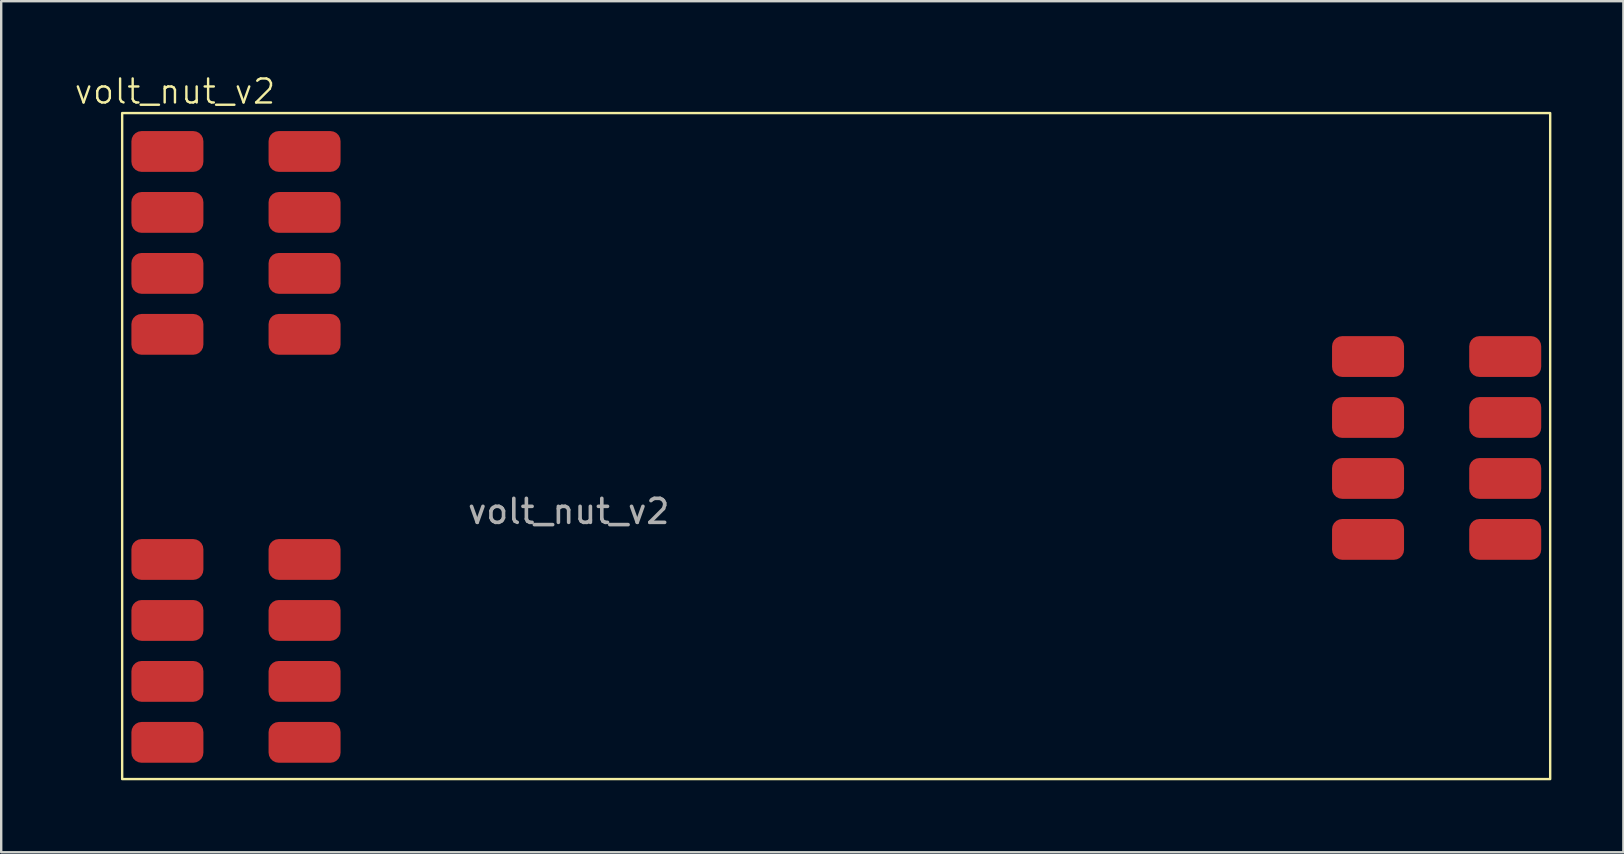
<source format=kicad_pcb>
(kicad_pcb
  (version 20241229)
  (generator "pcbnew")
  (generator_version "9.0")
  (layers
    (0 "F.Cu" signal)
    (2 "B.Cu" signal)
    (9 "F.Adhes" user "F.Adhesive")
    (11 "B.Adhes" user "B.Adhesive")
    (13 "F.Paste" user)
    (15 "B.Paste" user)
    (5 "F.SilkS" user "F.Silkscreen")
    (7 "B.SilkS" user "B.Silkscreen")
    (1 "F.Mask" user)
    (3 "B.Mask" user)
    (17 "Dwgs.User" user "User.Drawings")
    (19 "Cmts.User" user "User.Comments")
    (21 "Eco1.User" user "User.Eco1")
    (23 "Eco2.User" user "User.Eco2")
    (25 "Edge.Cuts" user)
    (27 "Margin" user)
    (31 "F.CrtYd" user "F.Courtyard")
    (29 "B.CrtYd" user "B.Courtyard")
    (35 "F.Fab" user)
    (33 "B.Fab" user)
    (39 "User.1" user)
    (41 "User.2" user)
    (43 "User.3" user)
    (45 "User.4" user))
  (footprint "volt_nut_v2"
    (layer "F.Cu")
    (at 14.04 18.561)
    (property "Reference" "volt_nut_v2" (at -9.8 -17.8 0) (unlocked yes) (layer "F.SilkS") (effects (font (size 1 1) (thickness 0.1))))
    (attr smd)
    (fp_rect (start -12 -16.9) (end 47.5 10.85) (stroke (width 0.1) (type default)) (fill no) (layer "F.SilkS"))
    (fp_text user "${REFERENCE}" (at 6.604 -0.302 0) (unlocked yes) (layer "F.Fab") (effects (font (size 1 1) (thickness 0.15))))
    (pad "1" smd roundrect (at -10.115 -15.3) (size 3 1.7) (layers "F.Cu" "F.Mask" "F.Paste") (roundrect_rratio 0.25))
    (pad "2" smd roundrect (at -4.4 -15.3) (size 3 1.7) (layers "F.Cu" "F.Mask" "F.Paste") (roundrect_rratio 0.25))
    (pad "3" smd roundrect (at -10.115 -12.76) (size 3 1.7) (layers "F.Cu" "F.Mask" "F.Paste") (roundrect_rratio 0.25))
    (pad "4" smd roundrect (at -4.4 -12.76) (size 3 1.7) (layers "F.Cu" "F.Mask" "F.Paste") (roundrect_rratio 0.25))
    (pad "5" smd roundrect (at -10.115 -10.22) (size 3 1.7) (layers "F.Cu" "F.Mask" "F.Paste") (roundrect_rratio 0.25))
    (pad "6" smd roundrect (at -4.4 -10.22) (size 3 1.7) (layers "F.Cu" "F.Mask" "F.Paste") (roundrect_rratio 0.25))
    (pad "7" smd roundrect (at -10.115 -7.68) (size 3 1.7) (layers "F.Cu" "F.Mask" "F.Paste") (roundrect_rratio 0.25))
    (pad "8" smd roundrect (at -4.4 -7.68) (size 3 1.7) (layers "F.Cu" "F.Mask" "F.Paste") (roundrect_rratio 0.25))
    (pad "9" smd roundrect (at -10.115 1.7) (size 3 1.7) (layers "F.Cu" "F.Mask" "F.Paste") (roundrect_rratio 0.25))
    (pad "10" smd roundrect (at -4.4 1.7) (size 3 1.7) (layers "F.Cu" "F.Mask" "F.Paste") (roundrect_rratio 0.25))
    (pad "11" smd roundrect (at -10.115 4.24) (size 3 1.7) (layers "F.Cu" "F.Mask" "F.Paste") (roundrect_rratio 0.25))
    (pad "12" smd roundrect (at -4.4 4.24) (size 3 1.7) (layers "F.Cu" "F.Mask" "F.Paste") (roundrect_rratio 0.25))
    (pad "13" smd roundrect (at -10.115 6.78) (size 3 1.7) (layers "F.Cu" "F.Mask" "F.Paste") (roundrect_rratio 0.25))
    (pad "14" smd roundrect (at -4.4 6.78) (size 3 1.7) (layers "F.Cu" "F.Mask" "F.Paste") (roundrect_rratio 0.25))
    (pad "15" smd roundrect (at -10.115 9.32) (size 3 1.7) (layers "F.Cu" "F.Mask" "F.Paste") (roundrect_rratio 0.25))
    (pad "16" smd roundrect (at -4.4 9.32) (size 3 1.7) (layers "F.Cu" "F.Mask" "F.Paste") (roundrect_rratio 0.25))
    (pad "17" smd roundrect (at 39.911 -6.756) (size 3 1.7) (layers "F.Cu" "F.Mask" "F.Paste") (roundrect_rratio 0.25))
    (pad "18" smd roundrect (at 45.626 -6.756) (size 3 1.7) (layers "F.Cu" "F.Mask" "F.Paste") (roundrect_rratio 0.25))
    (pad "19" smd roundrect (at 39.911 -4.216) (size 3 1.7) (layers "F.Cu" "F.Mask" "F.Paste") (roundrect_rratio 0.25))
    (pad "20" smd roundrect (at 45.626 -4.216) (size 3 1.7) (layers "F.Cu" "F.Mask" "F.Paste") (roundrect_rratio 0.25))
    (pad "21" smd roundrect (at 39.911 -1.676) (size 3 1.7) (layers "F.Cu" "F.Mask" "F.Paste") (roundrect_rratio 0.25))
    (pad "22" smd roundrect (at 45.626 -1.676) (size 3 1.7) (layers "F.Cu" "F.Mask" "F.Paste") (roundrect_rratio 0.25))
    (pad "23" smd roundrect (at 39.911 0.864) (size 3 1.7) (layers "F.Cu" "F.Mask" "F.Paste") (roundrect_rratio 0.25))
    (pad "24" smd roundrect (at 45.626 0.864) (size 3 1.7) (layers "F.Cu" "F.Mask" "F.Paste") (roundrect_rratio 0.25)))
  (gr_rect
    (start -3 -3)
    (end 64.59 32.461)
    (stroke (width 0.1) (type default))
    (fill no)
    (layer "Edge.Cuts")))
</source>
